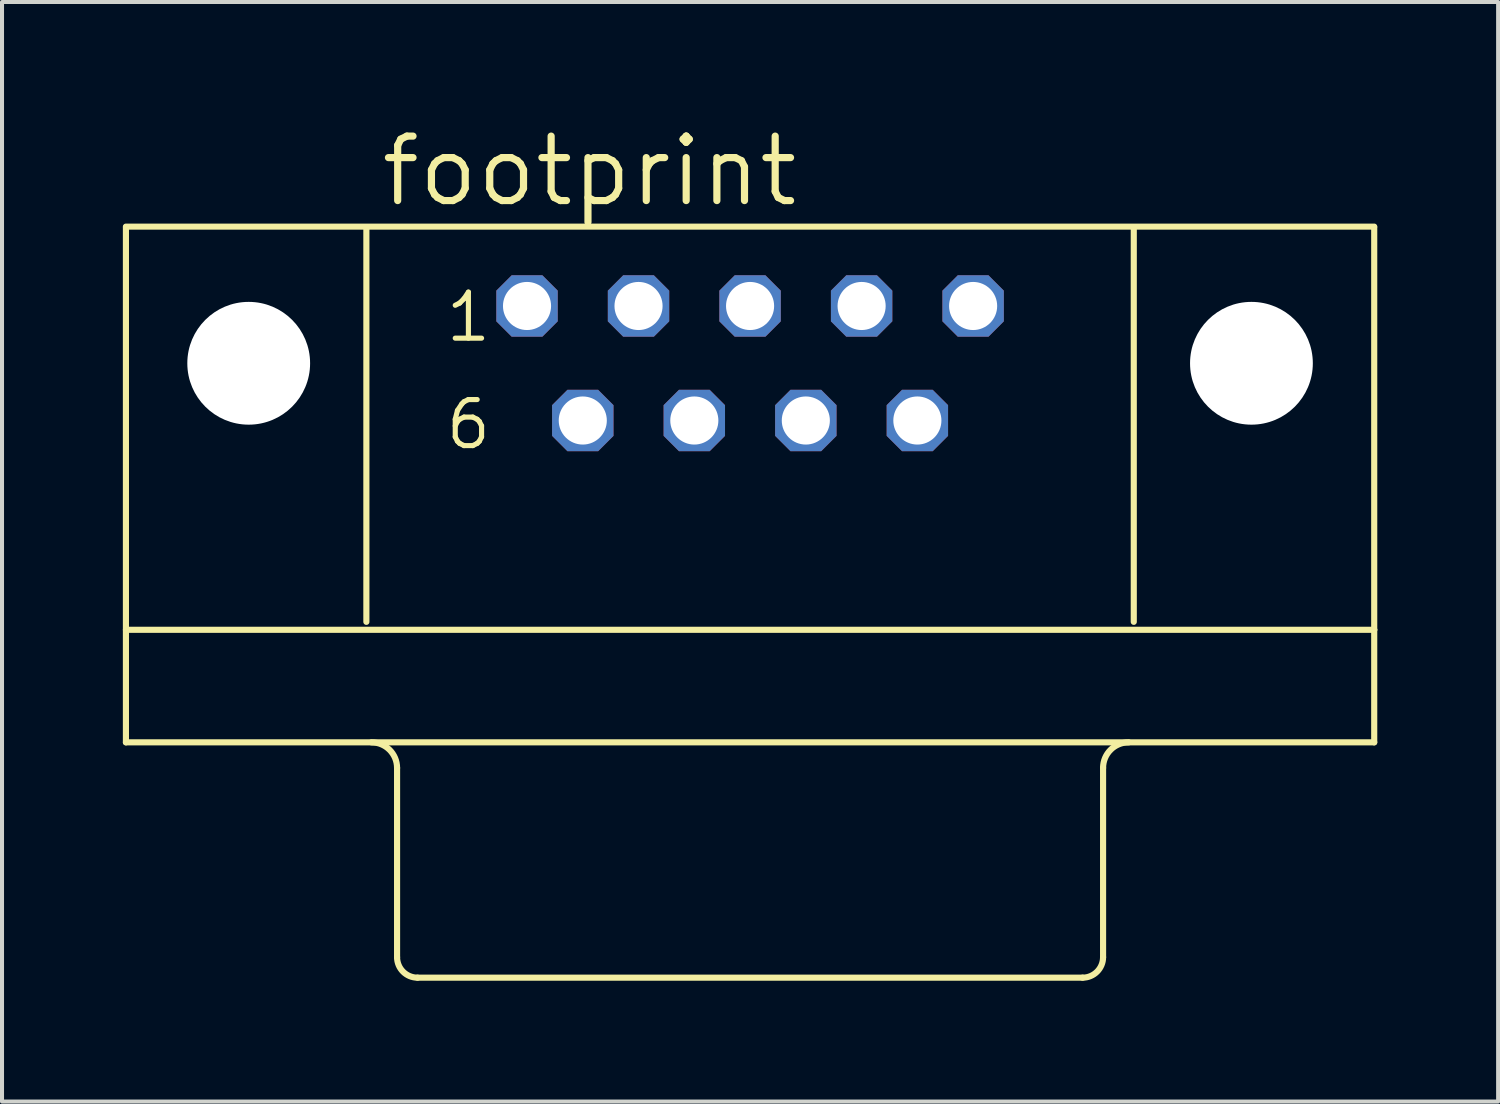
<source format=kicad_pcb>
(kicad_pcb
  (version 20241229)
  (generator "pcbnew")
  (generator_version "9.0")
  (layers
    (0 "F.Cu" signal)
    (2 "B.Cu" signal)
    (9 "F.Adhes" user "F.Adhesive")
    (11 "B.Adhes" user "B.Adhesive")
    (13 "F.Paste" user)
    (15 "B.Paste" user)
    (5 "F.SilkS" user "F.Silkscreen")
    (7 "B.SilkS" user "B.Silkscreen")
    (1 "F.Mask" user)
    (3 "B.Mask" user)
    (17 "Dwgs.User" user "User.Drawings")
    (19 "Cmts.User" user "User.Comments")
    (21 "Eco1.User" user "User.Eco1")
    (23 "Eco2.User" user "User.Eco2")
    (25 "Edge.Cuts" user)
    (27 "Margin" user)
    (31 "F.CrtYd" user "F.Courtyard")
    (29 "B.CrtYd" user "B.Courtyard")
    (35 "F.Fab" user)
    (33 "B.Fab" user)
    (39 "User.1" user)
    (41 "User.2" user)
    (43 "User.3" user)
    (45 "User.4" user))
  (footprint "footprint"
    (layer "F.Cu")
    (at 15.57 15.469)
    (property "Reference" "footprint" (at -9.246 -13.335 0) (layer "F.SilkS") (effects (font (size 1.6 1.6) (thickness 0.178)) (justify left bottom)))
    (fp_line (start -15.494 -12.875) (end -15.494 -0.091) (stroke (width 0.152) (type solid)) (layer "F.SilkS"))
    (fp_line (start -9.525 -12.875) (end -9.525 -3.082) (stroke (width 0.152) (type solid)) (layer "F.SilkS"))
    (fp_line (start -8.763 0.544) (end -8.763 5.243) (stroke (width 0.152) (type solid)) (layer "F.SilkS"))
    (fp_line (start 8.255 5.751) (end -8.255 5.751) (stroke (width 0.152) (type solid)) (layer "F.SilkS"))
    (fp_line (start 8.763 0.544) (end 8.763 5.243) (stroke (width 0.152) (type solid)) (layer "F.SilkS"))
    (fp_line (start 9.525 -3.082) (end 9.525 -12.875) (stroke (width 0.152) (type solid)) (layer "F.SilkS"))
    (fp_line (start 15.494 -12.893) (end -15.494 -12.893) (stroke (width 0.152) (type solid)) (layer "F.SilkS"))
    (fp_line (start 15.494 -12.875) (end 15.494 -2.885) (stroke (width 0.152) (type solid)) (layer "F.SilkS"))
    (fp_line (start 15.494 -2.885) (end -15.494 -2.885) (stroke (width 0.152) (type solid)) (layer "F.SilkS"))
    (fp_line (start 15.494 -2.885) (end 15.494 -0.091) (stroke (width 0.152) (type solid)) (layer "F.SilkS"))
    (fp_line (start 15.494 -0.091) (end -15.494 -0.091) (stroke (width 0.152) (type solid)) (layer "F.SilkS"))
    (fp_arc (start -9.398 -0.091) (mid -8.948987 0.094987) (end -8.763 0.544) (stroke (width 0.1524) (type solid)) (layer "F.SilkS"))
    (fp_arc (start -8.255 5.751) (mid -8.61421 5.60221) (end -8.763 5.243) (stroke (width 0.1524) (type solid)) (layer "F.SilkS"))
    (fp_arc (start 8.763 0.544) (mid 8.948987 0.094987) (end 9.398 -0.091) (stroke (width 0.1524) (type solid)) (layer "F.SilkS"))
    (fp_arc (start 8.763 5.243) (mid 8.61421 5.60221) (end 8.255 5.751) (stroke (width 0.1524) (type solid)) (layer "F.SilkS"))
    (fp_text user "6" (at -7.62 -7.311 0) (layer "F.SilkS") (effects (font (size 1.143 1.143) (thickness 0.127)) (justify left bottom)))
    (fp_text user "1" (at -7.62 -9.978 0) (layer "F.SilkS") (effects (font (size 1.143 1.143) (thickness 0.127)) (justify left bottom)))
    (pad "" np_thru_hole circle (at -12.446 -9.501) (size 3.048 3.048) (drill 3.048) (layers "*.Cu" "*.Mask"))
    (pad "" np_thru_hole circle (at 12.446 -9.501) (size 3.048 3.048) (drill 3.048) (layers "*.Cu" "*.Mask"))
    (pad "1" thru_hole roundrect (at -5.537 -10.923) (size 1.524 1.524) (drill 1.194) (layers "*.Cu" "*.Mask") (roundrect_rratio 0.25) (chamfer_ratio 0.25) (chamfer top_left top_right bottom_left bottom_right))
    (pad "2" thru_hole roundrect (at -2.769 -10.923) (size 1.524 1.524) (drill 1.194) (layers "*.Cu" "*.Mask") (roundrect_rratio 0.25) (chamfer_ratio 0.25) (chamfer top_left top_right bottom_left bottom_right))
    (pad "3" thru_hole roundrect (at 0 -10.923) (size 1.524 1.524) (drill 1.194) (layers "*.Cu" "*.Mask") (roundrect_rratio 0.25) (chamfer_ratio 0.25) (chamfer top_left top_right bottom_left bottom_right))
    (pad "4" thru_hole roundrect (at 2.769 -10.923) (size 1.524 1.524) (drill 1.194) (layers "*.Cu" "*.Mask") (roundrect_rratio 0.25) (chamfer_ratio 0.25) (chamfer top_left top_right bottom_left bottom_right))
    (pad "5" thru_hole roundrect (at 5.537 -10.923) (size 1.524 1.524) (drill 1.194) (layers "*.Cu" "*.Mask") (roundrect_rratio 0.25) (chamfer_ratio 0.25) (chamfer top_left top_right bottom_left bottom_right))
    (pad "6" thru_hole roundrect (at -4.153 -8.08) (size 1.524 1.524) (drill 1.194) (layers "*.Cu" "*.Mask") (roundrect_rratio 0.25) (chamfer_ratio 0.25) (chamfer top_left top_right bottom_left bottom_right))
    (pad "7" thru_hole roundrect (at -1.384 -8.08) (size 1.524 1.524) (drill 1.194) (layers "*.Cu" "*.Mask") (roundrect_rratio 0.25) (chamfer_ratio 0.25) (chamfer top_left top_right bottom_left bottom_right))
    (pad "8" thru_hole roundrect (at 1.384 -8.08) (size 1.524 1.524) (drill 1.194) (layers "*.Cu" "*.Mask") (roundrect_rratio 0.25) (chamfer_ratio 0.25) (chamfer top_left top_right bottom_left bottom_right))
    (pad "9" thru_hole roundrect (at 4.153 -8.08) (size 1.524 1.524) (drill 1.194) (layers "*.Cu" "*.Mask") (roundrect_rratio 0.25) (chamfer_ratio 0.25) (chamfer top_left top_right bottom_left bottom_right)))
  (gr_rect
    (start -3 -3)
    (end 34.14 24.296)
    (stroke (width 0.1) (type default))
    (fill no)
    (layer "Edge.Cuts")))
</source>
